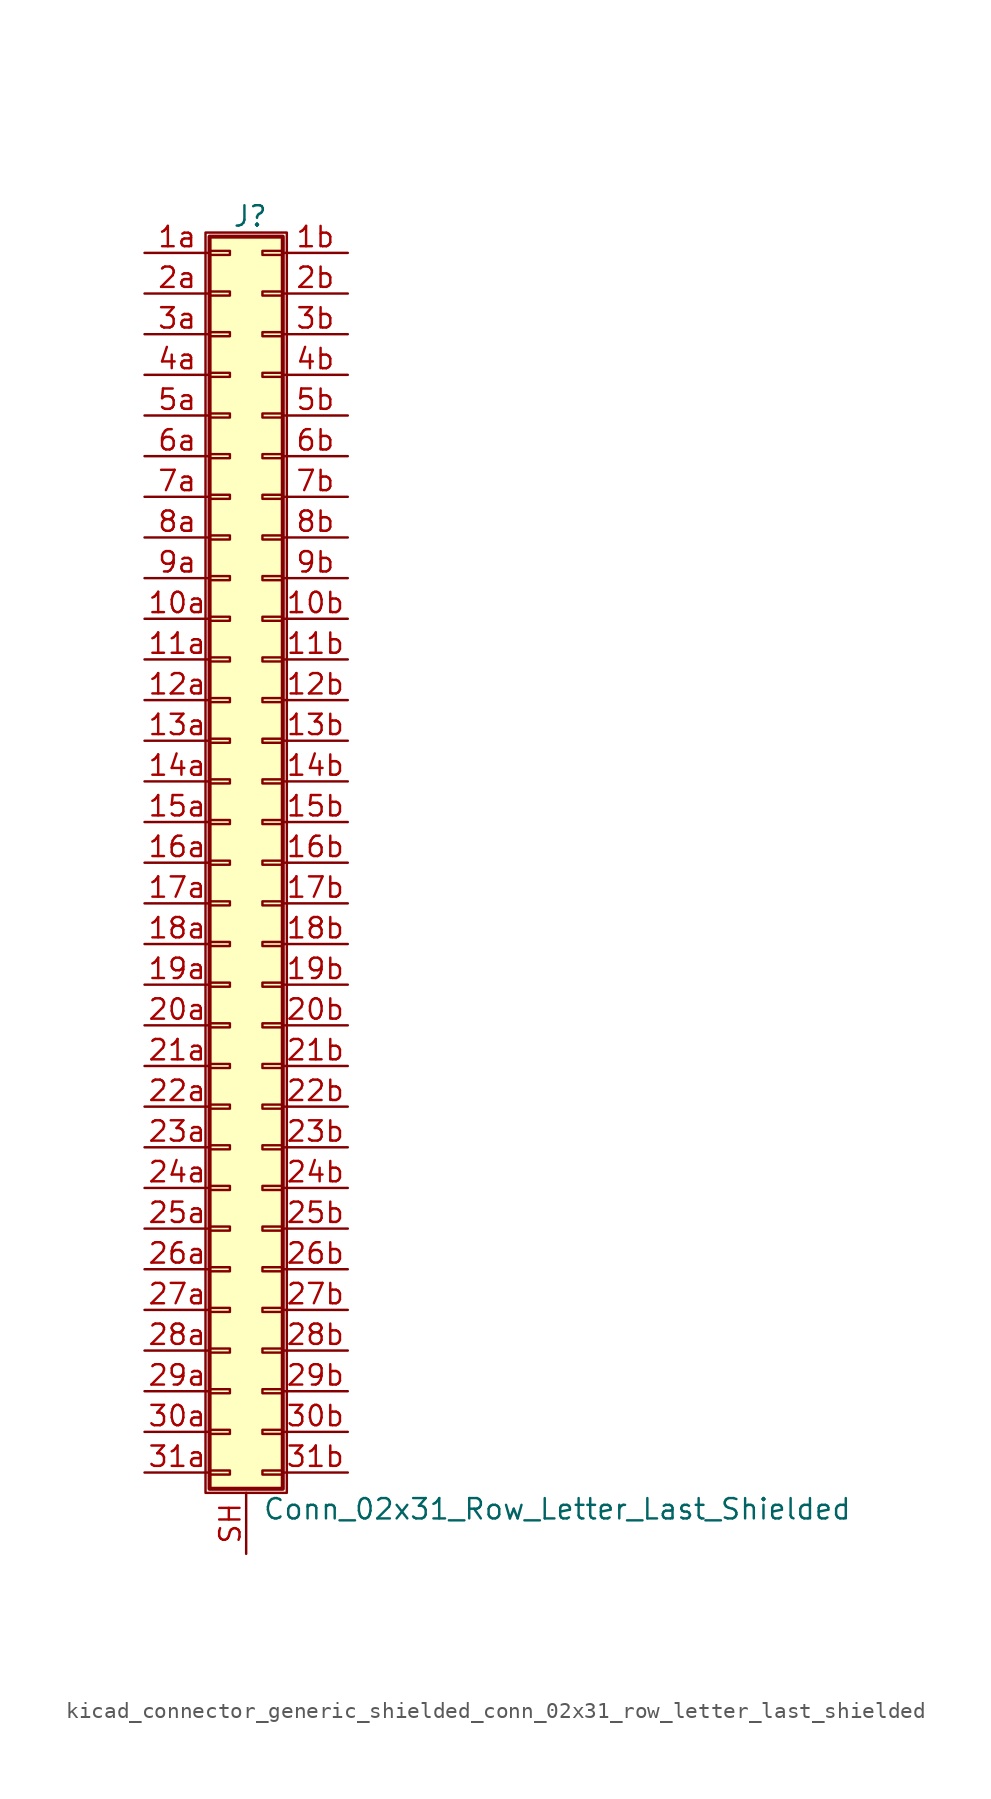
<source format=kicad_sym>
(kicad_symbol_lib
  (version 20220914)
  (generator kicad_symbol_editor)
  (symbol "kicad_connector_generic_shielded_conn_02x31_row_letter_last_shielded"
    (pin_names
      (offset 1.016) hide)
    (property "Reference" "J"
      (at 1.524 40.386 0)
      (effects (font (size 1.27 1.27))))
    (property "Value" "Conn_02x31_Row_Letter_Last_Shielded"
      (at 2.286 -40.386 0)
      (effects (font (size 1.27 1.27)) (justify left)))
    (symbol "kicad_connector_generic_shielded_conn_02x31_row_letter_last_shielded_1_1"
      (rectangle (start -1.27 39.37) (end 3.81 -39.37) (stroke (width 0.152) (type default)) (fill (type none)))
      (rectangle (start -1.016 -37.973) (end 0.254 -38.227) (stroke (width 0.152) (type default)) (fill (type none)))
      (rectangle (start -1.016 -35.433) (end 0.254 -35.687) (stroke (width 0.152) (type default)) (fill (type none)))
      (rectangle (start -1.016 -32.893) (end 0.254 -33.147) (stroke (width 0.152) (type default)) (fill (type none)))
      (rectangle (start -1.016 -30.353) (end 0.254 -30.607) (stroke (width 0.152) (type default)) (fill (type none)))
      (rectangle (start -1.016 -27.813) (end 0.254 -28.067) (stroke (width 0.152) (type default)) (fill (type none)))
      (rectangle (start -1.016 -25.273) (end 0.254 -25.527) (stroke (width 0.152) (type default)) (fill (type none)))
      (rectangle (start -1.016 -22.733) (end 0.254 -22.987) (stroke (width 0.152) (type default)) (fill (type none)))
      (rectangle (start -1.016 -20.193) (end 0.254 -20.447) (stroke (width 0.152) (type default)) (fill (type none)))
      (rectangle (start -1.016 -17.653) (end 0.254 -17.907) (stroke (width 0.152) (type default)) (fill (type none)))
      (rectangle (start -1.016 -15.113) (end 0.254 -15.367) (stroke (width 0.152) (type default)) (fill (type none)))
      (rectangle (start -1.016 -12.573) (end 0.254 -12.827) (stroke (width 0.152) (type default)) (fill (type none)))
      (rectangle (start -1.016 -10.033) (end 0.254 -10.287) (stroke (width 0.152) (type default)) (fill (type none)))
      (rectangle (start -1.016 -7.493) (end 0.254 -7.747) (stroke (width 0.152) (type default)) (fill (type none)))
      (rectangle (start -1.016 -4.953) (end 0.254 -5.207) (stroke (width 0.152) (type default)) (fill (type none)))
      (rectangle (start -1.016 -2.413) (end 0.254 -2.667) (stroke (width 0.152) (type default)) (fill (type none)))
      (rectangle (start -1.016 0.127) (end 0.254 -0.127) (stroke (width 0.152) (type default)) (fill (type none)))
      (rectangle (start -1.016 2.667) (end 0.254 2.413) (stroke (width 0.152) (type default)) (fill (type none)))
      (rectangle (start -1.016 5.207) (end 0.254 4.953) (stroke (width 0.152) (type default)) (fill (type none)))
      (rectangle (start -1.016 7.747) (end 0.254 7.493) (stroke (width 0.152) (type default)) (fill (type none)))
      (rectangle (start -1.016 10.287) (end 0.254 10.033) (stroke (width 0.152) (type default)) (fill (type none)))
      (rectangle (start -1.016 12.827) (end 0.254 12.573) (stroke (width 0.152) (type default)) (fill (type none)))
      (rectangle (start -1.016 15.367) (end 0.254 15.113) (stroke (width 0.152) (type default)) (fill (type none)))
      (rectangle (start -1.016 17.907) (end 0.254 17.653) (stroke (width 0.152) (type default)) (fill (type none)))
      (rectangle (start -1.016 20.447) (end 0.254 20.193) (stroke (width 0.152) (type default)) (fill (type none)))
      (rectangle (start -1.016 22.987) (end 0.254 22.733) (stroke (width 0.152) (type default)) (fill (type none)))
      (rectangle (start -1.016 25.527) (end 0.254 25.273) (stroke (width 0.152) (type default)) (fill (type none)))
      (rectangle (start -1.016 28.067) (end 0.254 27.813) (stroke (width 0.152) (type default)) (fill (type none)))
      (rectangle (start -1.016 30.607) (end 0.254 30.353) (stroke (width 0.152) (type default)) (fill (type none)))
      (rectangle (start -1.016 33.147) (end 0.254 32.893) (stroke (width 0.152) (type default)) (fill (type none)))
      (rectangle (start -1.016 35.687) (end 0.254 35.433) (stroke (width 0.152) (type default)) (fill (type none)))
      (rectangle (start -1.016 38.227) (end 0.254 37.973) (stroke (width 0.152) (type default)) (fill (type none)))
      (rectangle (start -1.016 39.116) (end 3.556 -39.116) (stroke (width 0.254) (type default)) (fill (type background)))
      (rectangle (start 3.556 -37.973) (end 2.286 -38.227) (stroke (width 0.152) (type default)) (fill (type none)))
      (rectangle (start 3.556 -35.433) (end 2.286 -35.687) (stroke (width 0.152) (type default)) (fill (type none)))
      (rectangle (start 3.556 -32.893) (end 2.286 -33.147) (stroke (width 0.152) (type default)) (fill (type none)))
      (rectangle (start 3.556 -30.353) (end 2.286 -30.607) (stroke (width 0.152) (type default)) (fill (type none)))
      (rectangle (start 3.556 -27.813) (end 2.286 -28.067) (stroke (width 0.152) (type default)) (fill (type none)))
      (rectangle (start 3.556 -25.273) (end 2.286 -25.527) (stroke (width 0.152) (type default)) (fill (type none)))
      (rectangle (start 3.556 -22.733) (end 2.286 -22.987) (stroke (width 0.152) (type default)) (fill (type none)))
      (rectangle (start 3.556 -20.193) (end 2.286 -20.447) (stroke (width 0.152) (type default)) (fill (type none)))
      (rectangle (start 3.556 -17.653) (end 2.286 -17.907) (stroke (width 0.152) (type default)) (fill (type none)))
      (rectangle (start 3.556 -15.113) (end 2.286 -15.367) (stroke (width 0.152) (type default)) (fill (type none)))
      (rectangle (start 3.556 -12.573) (end 2.286 -12.827) (stroke (width 0.152) (type default)) (fill (type none)))
      (rectangle (start 3.556 -10.033) (end 2.286 -10.287) (stroke (width 0.152) (type default)) (fill (type none)))
      (rectangle (start 3.556 -7.493) (end 2.286 -7.747) (stroke (width 0.152) (type default)) (fill (type none)))
      (rectangle (start 3.556 -4.953) (end 2.286 -5.207) (stroke (width 0.152) (type default)) (fill (type none)))
      (rectangle (start 3.556 -2.413) (end 2.286 -2.667) (stroke (width 0.152) (type default)) (fill (type none)))
      (rectangle (start 3.556 0.127) (end 2.286 -0.127) (stroke (width 0.152) (type default)) (fill (type none)))
      (rectangle (start 3.556 2.667) (end 2.286 2.413) (stroke (width 0.152) (type default)) (fill (type none)))
      (rectangle (start 3.556 5.207) (end 2.286 4.953) (stroke (width 0.152) (type default)) (fill (type none)))
      (rectangle (start 3.556 7.747) (end 2.286 7.493) (stroke (width 0.152) (type default)) (fill (type none)))
      (rectangle (start 3.556 10.287) (end 2.286 10.033) (stroke (width 0.152) (type default)) (fill (type none)))
      (rectangle (start 3.556 12.827) (end 2.286 12.573) (stroke (width 0.152) (type default)) (fill (type none)))
      (rectangle (start 3.556 15.367) (end 2.286 15.113) (stroke (width 0.152) (type default)) (fill (type none)))
      (rectangle (start 3.556 17.907) (end 2.286 17.653) (stroke (width 0.152) (type default)) (fill (type none)))
      (rectangle (start 3.556 20.447) (end 2.286 20.193) (stroke (width 0.152) (type default)) (fill (type none)))
      (rectangle (start 3.556 22.987) (end 2.286 22.733) (stroke (width 0.152) (type default)) (fill (type none)))
      (rectangle (start 3.556 25.527) (end 2.286 25.273) (stroke (width 0.152) (type default)) (fill (type none)))
      (rectangle (start 3.556 28.067) (end 2.286 27.813) (stroke (width 0.152) (type default)) (fill (type none)))
      (rectangle (start 3.556 30.607) (end 2.286 30.353) (stroke (width 0.152) (type default)) (fill (type none)))
      (rectangle (start 3.556 33.147) (end 2.286 32.893) (stroke (width 0.152) (type default)) (fill (type none)))
      (rectangle (start 3.556 35.687) (end 2.286 35.433) (stroke (width 0.152) (type default)) (fill (type none)))
      (rectangle (start 3.556 38.227) (end 2.286 37.973) (stroke (width 0.152) (type default)) (fill (type none)))
      (pin passive line (at -5.08 15.24 0) (length 4.064) (name "Pin_10a" (effects (font (size 1.27 1.27)))) (number "10a" (effects (font (size 1.27 1.27)))))
      (pin passive line (at 7.62 15.24 180) (length 4.064) (name "Pin_10b" (effects (font (size 1.27 1.27)))) (number "10b" (effects (font (size 1.27 1.27)))))
      (pin passive line (at -5.08 12.7 0) (length 4.064) (name "Pin_11a" (effects (font (size 1.27 1.27)))) (number "11a" (effects (font (size 1.27 1.27)))))
      (pin passive line (at 7.62 12.7 180) (length 4.064) (name "Pin_11b" (effects (font (size 1.27 1.27)))) (number "11b" (effects (font (size 1.27 1.27)))))
      (pin passive line (at -5.08 10.16 0) (length 4.064) (name "Pin_12a" (effects (font (size 1.27 1.27)))) (number "12a" (effects (font (size 1.27 1.27)))))
      (pin passive line (at 7.62 10.16 180) (length 4.064) (name "Pin_12b" (effects (font (size 1.27 1.27)))) (number "12b" (effects (font (size 1.27 1.27)))))
      (pin passive line (at -5.08 7.62 0) (length 4.064) (name "Pin_13a" (effects (font (size 1.27 1.27)))) (number "13a" (effects (font (size 1.27 1.27)))))
      (pin passive line (at 7.62 7.62 180) (length 4.064) (name "Pin_13b" (effects (font (size 1.27 1.27)))) (number "13b" (effects (font (size 1.27 1.27)))))
      (pin passive line (at -5.08 5.08 0) (length 4.064) (name "Pin_14a" (effects (font (size 1.27 1.27)))) (number "14a" (effects (font (size 1.27 1.27)))))
      (pin passive line (at 7.62 5.08 180) (length 4.064) (name "Pin_14b" (effects (font (size 1.27 1.27)))) (number "14b" (effects (font (size 1.27 1.27)))))
      (pin passive line (at -5.08 2.54 0) (length 4.064) (name "Pin_15a" (effects (font (size 1.27 1.27)))) (number "15a" (effects (font (size 1.27 1.27)))))
      (pin passive line (at 7.62 2.54 180) (length 4.064) (name "Pin_15b" (effects (font (size 1.27 1.27)))) (number "15b" (effects (font (size 1.27 1.27)))))
      (pin passive line (at -5.08 0 0) (length 4.064) (name "Pin_16a" (effects (font (size 1.27 1.27)))) (number "16a" (effects (font (size 1.27 1.27)))))
      (pin passive line (at 7.62 0 180) (length 4.064) (name "Pin_16b" (effects (font (size 1.27 1.27)))) (number "16b" (effects (font (size 1.27 1.27)))))
      (pin passive line (at -5.08 -2.54 0) (length 4.064) (name "Pin_17a" (effects (font (size 1.27 1.27)))) (number "17a" (effects (font (size 1.27 1.27)))))
      (pin passive line (at 7.62 -2.54 180) (length 4.064) (name "Pin_17b" (effects (font (size 1.27 1.27)))) (number "17b" (effects (font (size 1.27 1.27)))))
      (pin passive line (at -5.08 -5.08 0) (length 4.064) (name "Pin_18a" (effects (font (size 1.27 1.27)))) (number "18a" (effects (font (size 1.27 1.27)))))
      (pin passive line (at 7.62 -5.08 180) (length 4.064) (name "Pin_18b" (effects (font (size 1.27 1.27)))) (number "18b" (effects (font (size 1.27 1.27)))))
      (pin passive line (at -5.08 -7.62 0) (length 4.064) (name "Pin_19a" (effects (font (size 1.27 1.27)))) (number "19a" (effects (font (size 1.27 1.27)))))
      (pin passive line (at 7.62 -7.62 180) (length 4.064) (name "Pin_19b" (effects (font (size 1.27 1.27)))) (number "19b" (effects (font (size 1.27 1.27)))))
      (pin passive line (at -5.08 38.1 0) (length 4.064) (name "Pin_1a" (effects (font (size 1.27 1.27)))) (number "1a" (effects (font (size 1.27 1.27)))))
      (pin passive line (at 7.62 38.1 180) (length 4.064) (name "Pin_1b" (effects (font (size 1.27 1.27)))) (number "1b" (effects (font (size 1.27 1.27)))))
      (pin passive line (at -5.08 -10.16 0) (length 4.064) (name "Pin_20a" (effects (font (size 1.27 1.27)))) (number "20a" (effects (font (size 1.27 1.27)))))
      (pin passive line (at 7.62 -10.16 180) (length 4.064) (name "Pin_20b" (effects (font (size 1.27 1.27)))) (number "20b" (effects (font (size 1.27 1.27)))))
      (pin passive line (at -5.08 -12.7 0) (length 4.064) (name "Pin_21a" (effects (font (size 1.27 1.27)))) (number "21a" (effects (font (size 1.27 1.27)))))
      (pin passive line (at 7.62 -12.7 180) (length 4.064) (name "Pin_21b" (effects (font (size 1.27 1.27)))) (number "21b" (effects (font (size 1.27 1.27)))))
      (pin passive line (at -5.08 -15.24 0) (length 4.064) (name "Pin_22a" (effects (font (size 1.27 1.27)))) (number "22a" (effects (font (size 1.27 1.27)))))
      (pin passive line (at 7.62 -15.24 180) (length 4.064) (name "Pin_22b" (effects (font (size 1.27 1.27)))) (number "22b" (effects (font (size 1.27 1.27)))))
      (pin passive line (at -5.08 -17.78 0) (length 4.064) (name "Pin_23a" (effects (font (size 1.27 1.27)))) (number "23a" (effects (font (size 1.27 1.27)))))
      (pin passive line (at 7.62 -17.78 180) (length 4.064) (name "Pin_23b" (effects (font (size 1.27 1.27)))) (number "23b" (effects (font (size 1.27 1.27)))))
      (pin passive line (at -5.08 -20.32 0) (length 4.064) (name "Pin_24a" (effects (font (size 1.27 1.27)))) (number "24a" (effects (font (size 1.27 1.27)))))
      (pin passive line (at 7.62 -20.32 180) (length 4.064) (name "Pin_24b" (effects (font (size 1.27 1.27)))) (number "24b" (effects (font (size 1.27 1.27)))))
      (pin passive line (at -5.08 -22.86 0) (length 4.064) (name "Pin_25a" (effects (font (size 1.27 1.27)))) (number "25a" (effects (font (size 1.27 1.27)))))
      (pin passive line (at 7.62 -22.86 180) (length 4.064) (name "Pin_25b" (effects (font (size 1.27 1.27)))) (number "25b" (effects (font (size 1.27 1.27)))))
      (pin passive line (at -5.08 -25.4 0) (length 4.064) (name "Pin_26a" (effects (font (size 1.27 1.27)))) (number "26a" (effects (font (size 1.27 1.27)))))
      (pin passive line (at 7.62 -25.4 180) (length 4.064) (name "Pin_26b" (effects (font (size 1.27 1.27)))) (number "26b" (effects (font (size 1.27 1.27)))))
      (pin passive line (at -5.08 -27.94 0) (length 4.064) (name "Pin_27a" (effects (font (size 1.27 1.27)))) (number "27a" (effects (font (size 1.27 1.27)))))
      (pin passive line (at 7.62 -27.94 180) (length 4.064) (name "Pin_27b" (effects (font (size 1.27 1.27)))) (number "27b" (effects (font (size 1.27 1.27)))))
      (pin passive line (at -5.08 -30.48 0) (length 4.064) (name "Pin_28a" (effects (font (size 1.27 1.27)))) (number "28a" (effects (font (size 1.27 1.27)))))
      (pin passive line (at 7.62 -30.48 180) (length 4.064) (name "Pin_28b" (effects (font (size 1.27 1.27)))) (number "28b" (effects (font (size 1.27 1.27)))))
      (pin passive line (at -5.08 -33.02 0) (length 4.064) (name "Pin_29a" (effects (font (size 1.27 1.27)))) (number "29a" (effects (font (size 1.27 1.27)))))
      (pin passive line (at 7.62 -33.02 180) (length 4.064) (name "Pin_29b" (effects (font (size 1.27 1.27)))) (number "29b" (effects (font (size 1.27 1.27)))))
      (pin passive line (at -5.08 35.56 0) (length 4.064) (name "Pin_2a" (effects (font (size 1.27 1.27)))) (number "2a" (effects (font (size 1.27 1.27)))))
      (pin passive line (at 7.62 35.56 180) (length 4.064) (name "Pin_2b" (effects (font (size 1.27 1.27)))) (number "2b" (effects (font (size 1.27 1.27)))))
      (pin passive line (at -5.08 -35.56 0) (length 4.064) (name "Pin_30a" (effects (font (size 1.27 1.27)))) (number "30a" (effects (font (size 1.27 1.27)))))
      (pin passive line (at 7.62 -35.56 180) (length 4.064) (name "Pin_30b" (effects (font (size 1.27 1.27)))) (number "30b" (effects (font (size 1.27 1.27)))))
      (pin passive line (at -5.08 -38.1 0) (length 4.064) (name "Pin_31a" (effects (font (size 1.27 1.27)))) (number "31a" (effects (font (size 1.27 1.27)))))
      (pin passive line (at 7.62 -38.1 180) (length 4.064) (name "Pin_31b" (effects (font (size 1.27 1.27)))) (number "31b" (effects (font (size 1.27 1.27)))))
      (pin passive line (at -5.08 33.02 0) (length 4.064) (name "Pin_3a" (effects (font (size 1.27 1.27)))) (number "3a" (effects (font (size 1.27 1.27)))))
      (pin passive line (at 7.62 33.02 180) (length 4.064) (name "Pin_3b" (effects (font (size 1.27 1.27)))) (number "3b" (effects (font (size 1.27 1.27)))))
      (pin passive line (at -5.08 30.48 0) (length 4.064) (name "Pin_4a" (effects (font (size 1.27 1.27)))) (number "4a" (effects (font (size 1.27 1.27)))))
      (pin passive line (at 7.62 30.48 180) (length 4.064) (name "Pin_4b" (effects (font (size 1.27 1.27)))) (number "4b" (effects (font (size 1.27 1.27)))))
      (pin passive line (at -5.08 27.94 0) (length 4.064) (name "Pin_5a" (effects (font (size 1.27 1.27)))) (number "5a" (effects (font (size 1.27 1.27)))))
      (pin passive line (at 7.62 27.94 180) (length 4.064) (name "Pin_5b" (effects (font (size 1.27 1.27)))) (number "5b" (effects (font (size 1.27 1.27)))))
      (pin passive line (at -5.08 25.4 0) (length 4.064) (name "Pin_6a" (effects (font (size 1.27 1.27)))) (number "6a" (effects (font (size 1.27 1.27)))))
      (pin passive line (at 7.62 25.4 180) (length 4.064) (name "Pin_6b" (effects (font (size 1.27 1.27)))) (number "6b" (effects (font (size 1.27 1.27)))))
      (pin passive line (at -5.08 22.86 0) (length 4.064) (name "Pin_7a" (effects (font (size 1.27 1.27)))) (number "7a" (effects (font (size 1.27 1.27)))))
      (pin passive line (at 7.62 22.86 180) (length 4.064) (name "Pin_7b" (effects (font (size 1.27 1.27)))) (number "7b" (effects (font (size 1.27 1.27)))))
      (pin passive line (at -5.08 20.32 0) (length 4.064) (name "Pin_8a" (effects (font (size 1.27 1.27)))) (number "8a" (effects (font (size 1.27 1.27)))))
      (pin passive line (at 7.62 20.32 180) (length 4.064) (name "Pin_8b" (effects (font (size 1.27 1.27)))) (number "8b" (effects (font (size 1.27 1.27)))))
      (pin passive line (at -5.08 17.78 0) (length 4.064) (name "Pin_9a" (effects (font (size 1.27 1.27)))) (number "9a" (effects (font (size 1.27 1.27)))))
      (pin passive line (at 7.62 17.78 180) (length 4.064) (name "Pin_9b" (effects (font (size 1.27 1.27)))) (number "9b" (effects (font (size 1.27 1.27)))))
      (pin passive line (at 1.27 -43.18 90) (length 3.81) (name "Shield" (effects (font (size 1.27 1.27)))) (number "SH" (effects (font (size 1.27 1.27))))))))
</source>
